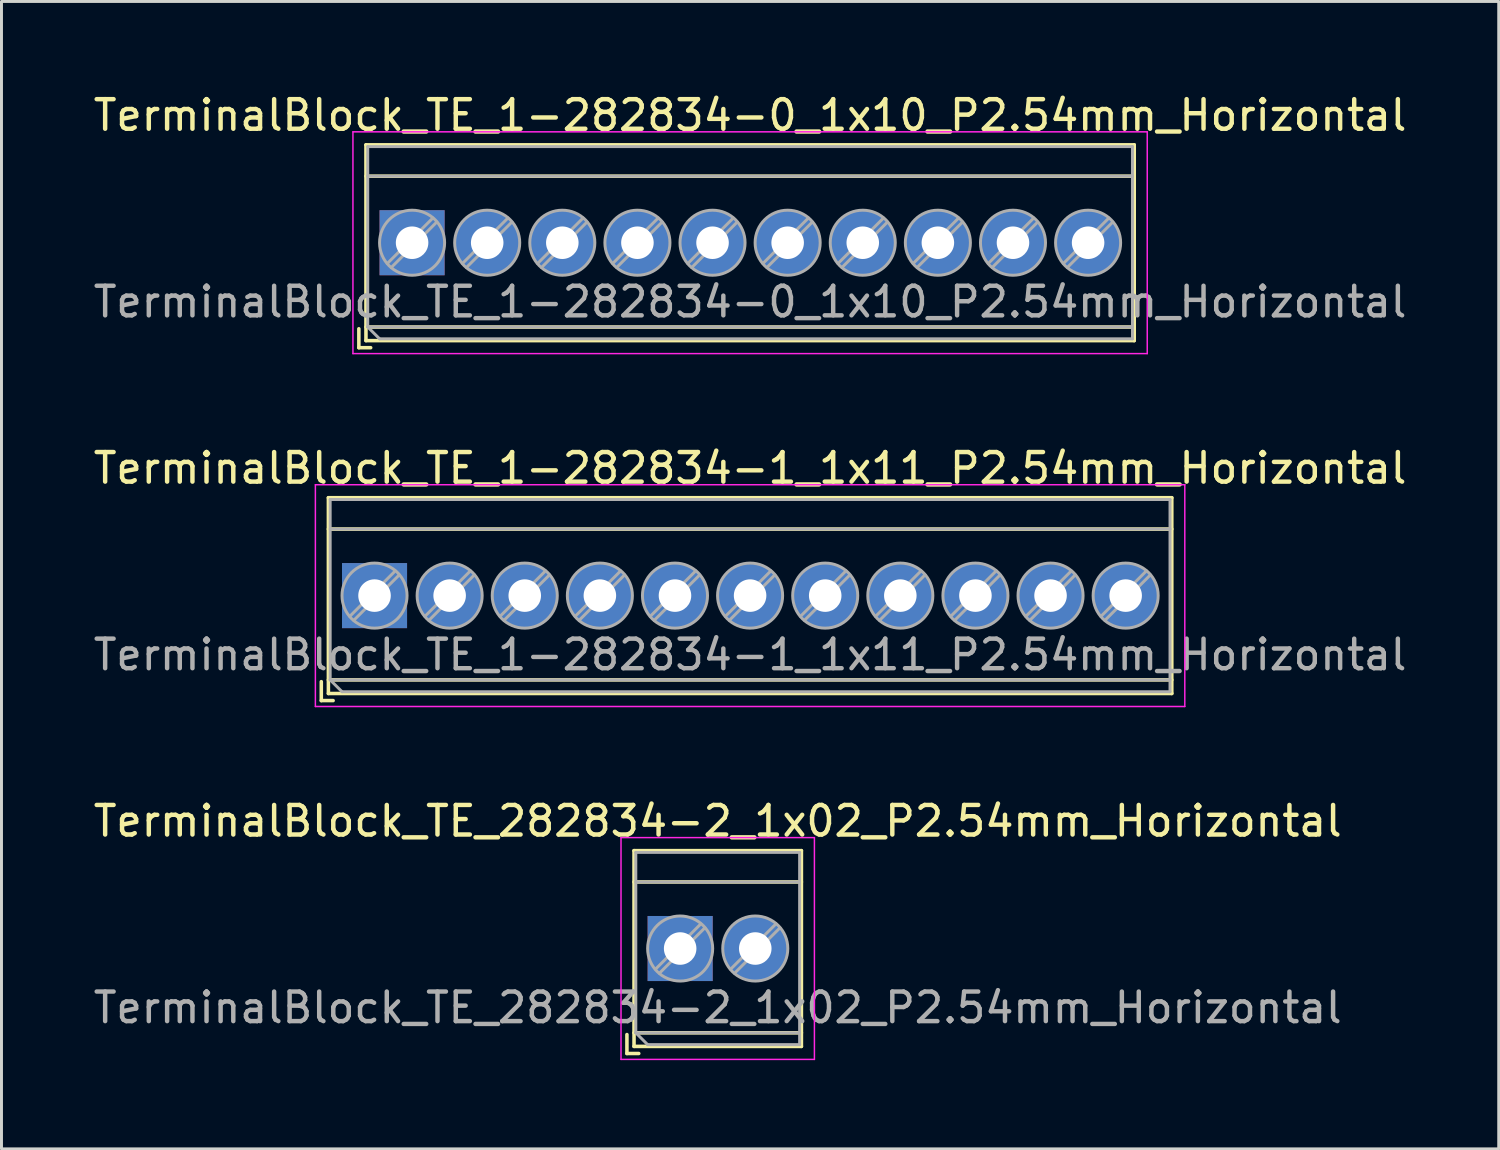
<source format=kicad_pcb>
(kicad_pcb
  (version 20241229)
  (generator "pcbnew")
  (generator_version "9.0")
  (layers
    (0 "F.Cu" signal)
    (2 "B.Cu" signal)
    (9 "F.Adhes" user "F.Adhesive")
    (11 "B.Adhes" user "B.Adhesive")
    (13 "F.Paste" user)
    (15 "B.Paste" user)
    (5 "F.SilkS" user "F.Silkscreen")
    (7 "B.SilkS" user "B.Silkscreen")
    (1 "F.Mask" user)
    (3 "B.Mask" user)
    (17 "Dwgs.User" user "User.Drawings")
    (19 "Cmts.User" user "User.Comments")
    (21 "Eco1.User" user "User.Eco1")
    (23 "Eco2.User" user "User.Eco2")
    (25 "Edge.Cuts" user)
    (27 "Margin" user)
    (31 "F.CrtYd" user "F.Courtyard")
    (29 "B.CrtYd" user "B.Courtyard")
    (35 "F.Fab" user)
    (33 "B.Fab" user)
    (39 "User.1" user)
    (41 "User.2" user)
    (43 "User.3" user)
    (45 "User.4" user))
  (footprint "TerminalBlock_TE_1-282834-1_1x11_P2.54mm_Horizontal"
    (layer "F.Cu")
    (at 9.615 17.091)
    (property "Reference" "TerminalBlock_TE_1-282834-1_1x11_P2.54mm_Horizontal" (at 12.7 -4.31 0) (layer "F.SilkS") (effects (font (size 1 1) (thickness 0.15))))
    (attr through_hole)
    (fp_line (start -1.8 2.91) (end -1.8 3.55) (stroke (width 0.12) (type solid)) (layer "F.SilkS"))
    (fp_line (start -1.8 3.55) (end -1.4 3.55) (stroke (width 0.12) (type solid)) (layer "F.SilkS"))
    (fp_line (start -1.56 -3.31) (end -1.56 3.31) (stroke (width 0.12) (type solid)) (layer "F.SilkS"))
    (fp_line (start -1.56 -3.31) (end 26.96 -3.31) (stroke (width 0.12) (type solid)) (layer "F.SilkS"))
    (fp_line (start -1.56 -2.25) (end 26.96 -2.25) (stroke (width 0.12) (type solid)) (layer "F.SilkS"))
    (fp_line (start -1.56 2.85) (end 26.96 2.85) (stroke (width 0.12) (type solid)) (layer "F.SilkS"))
    (fp_line (start -1.56 3.31) (end 26.96 3.31) (stroke (width 0.12) (type solid)) (layer "F.SilkS"))
    (fp_line (start 26.96 -3.31) (end 26.96 3.31) (stroke (width 0.12) (type solid)) (layer "F.SilkS"))
    (fp_line (start -2 -3.75) (end -2 3.75) (stroke (width 0.05) (type solid)) (layer "F.CrtYd"))
    (fp_line (start -2 3.75) (end 27.4 3.75) (stroke (width 0.05) (type solid)) (layer "F.CrtYd"))
    (fp_line (start 27.4 -3.75) (end -2 -3.75) (stroke (width 0.05) (type solid)) (layer "F.CrtYd"))
    (fp_line (start 27.4 3.75) (end 27.4 -3.75) (stroke (width 0.05) (type solid)) (layer "F.CrtYd"))
    (fp_line (start -1.5 -3.25) (end 26.9 -3.25) (stroke (width 0.1) (type solid)) (layer "F.Fab"))
    (fp_line (start -1.5 -2.25) (end 26.9 -2.25) (stroke (width 0.1) (type solid)) (layer "F.Fab"))
    (fp_line (start -1.5 2.85) (end -1.5 -3.25) (stroke (width 0.1) (type solid)) (layer "F.Fab"))
    (fp_line (start -1.5 2.85) (end 26.9 2.85) (stroke (width 0.1) (type solid)) (layer "F.Fab"))
    (fp_line (start -1.1 3.25) (end -1.5 2.85) (stroke (width 0.1) (type solid)) (layer "F.Fab"))
    (fp_line (start 0.701 -0.835) (end -0.835 0.7) (stroke (width 0.1) (type solid)) (layer "F.Fab"))
    (fp_line (start 0.835 -0.7) (end -0.701 0.835) (stroke (width 0.1) (type solid)) (layer "F.Fab"))
    (fp_line (start 3.241 -0.835) (end 1.706 0.7) (stroke (width 0.1) (type solid)) (layer "F.Fab"))
    (fp_line (start 3.375 -0.7) (end 1.84 0.835) (stroke (width 0.1) (type solid)) (layer "F.Fab"))
    (fp_line (start 5.781 -0.835) (end 4.246 0.7) (stroke (width 0.1) (type solid)) (layer "F.Fab"))
    (fp_line (start 5.915 -0.7) (end 4.38 0.835) (stroke (width 0.1) (type solid)) (layer "F.Fab"))
    (fp_line (start 8.321 -0.835) (end 6.786 0.7) (stroke (width 0.1) (type solid)) (layer "F.Fab"))
    (fp_line (start 8.455 -0.7) (end 6.92 0.835) (stroke (width 0.1) (type solid)) (layer "F.Fab"))
    (fp_line (start 10.861 -0.835) (end 9.326 0.7) (stroke (width 0.1) (type solid)) (layer "F.Fab"))
    (fp_line (start 10.995 -0.7) (end 9.46 0.835) (stroke (width 0.1) (type solid)) (layer "F.Fab"))
    (fp_line (start 13.401 -0.835) (end 11.866 0.7) (stroke (width 0.1) (type solid)) (layer "F.Fab"))
    (fp_line (start 13.535 -0.7) (end 12 0.835) (stroke (width 0.1) (type solid)) (layer "F.Fab"))
    (fp_line (start 15.941 -0.835) (end 14.406 0.7) (stroke (width 0.1) (type solid)) (layer "F.Fab"))
    (fp_line (start 16.075 -0.7) (end 14.54 0.835) (stroke (width 0.1) (type solid)) (layer "F.Fab"))
    (fp_line (start 18.481 -0.835) (end 16.946 0.7) (stroke (width 0.1) (type solid)) (layer "F.Fab"))
    (fp_line (start 18.615 -0.7) (end 17.08 0.835) (stroke (width 0.1) (type solid)) (layer "F.Fab"))
    (fp_line (start 21.021 -0.835) (end 19.486 0.7) (stroke (width 0.1) (type solid)) (layer "F.Fab"))
    (fp_line (start 21.155 -0.7) (end 19.62 0.835) (stroke (width 0.1) (type solid)) (layer "F.Fab"))
    (fp_line (start 23.561 -0.835) (end 22.026 0.7) (stroke (width 0.1) (type solid)) (layer "F.Fab"))
    (fp_line (start 23.695 -0.7) (end 22.16 0.835) (stroke (width 0.1) (type solid)) (layer "F.Fab"))
    (fp_line (start 26.101 -0.835) (end 24.566 0.7) (stroke (width 0.1) (type solid)) (layer "F.Fab"))
    (fp_line (start 26.235 -0.7) (end 24.7 0.835) (stroke (width 0.1) (type solid)) (layer "F.Fab"))
    (fp_line (start 26.9 -3.25) (end 26.9 3.25) (stroke (width 0.1) (type solid)) (layer "F.Fab"))
    (fp_line (start 26.9 3.25) (end -1.1 3.25) (stroke (width 0.1) (type solid)) (layer "F.Fab"))
    (fp_circle (center 0 0) (end 1.1 0) (stroke (width 0.1) (type solid)) (fill no) (layer "F.Fab"))
    (fp_circle (center 2.54 0) (end 3.64 0) (stroke (width 0.1) (type solid)) (fill no) (layer "F.Fab"))
    (fp_circle (center 5.08 0) (end 6.18 0) (stroke (width 0.1) (type solid)) (fill no) (layer "F.Fab"))
    (fp_circle (center 7.62 0) (end 8.72 0) (stroke (width 0.1) (type solid)) (fill no) (layer "F.Fab"))
    (fp_circle (center 10.16 0) (end 11.26 0) (stroke (width 0.1) (type solid)) (fill no) (layer "F.Fab"))
    (fp_circle (center 12.7 0) (end 13.8 0) (stroke (width 0.1) (type solid)) (fill no) (layer "F.Fab"))
    (fp_circle (center 15.24 0) (end 16.34 0) (stroke (width 0.1) (type solid)) (fill no) (layer "F.Fab"))
    (fp_circle (center 17.78 0) (end 18.88 0) (stroke (width 0.1) (type solid)) (fill no) (layer "F.Fab"))
    (fp_circle (center 20.32 0) (end 21.42 0) (stroke (width 0.1) (type solid)) (fill no) (layer "F.Fab"))
    (fp_circle (center 22.86 0) (end 23.96 0) (stroke (width 0.1) (type solid)) (fill no) (layer "F.Fab"))
    (fp_circle (center 25.4 0) (end 26.5 0) (stroke (width 0.1) (type solid)) (fill no) (layer "F.Fab"))
    (fp_text user "${REFERENCE}" (at 12.7 2 0) (layer "F.Fab") (effects (font (size 1 1) (thickness 0.15))))
    (pad "1" thru_hole rect (at 0 0) (size 2.2 2.2) (drill 1.1) (layers "*.Cu" "*.Mask"))
    (pad "2" thru_hole circle (at 2.54 0) (size 2.2 2.2) (drill 1.1) (layers "*.Cu" "*.Mask"))
    (pad "3" thru_hole circle (at 5.08 0) (size 2.2 2.2) (drill 1.1) (layers "*.Cu" "*.Mask"))
    (pad "4" thru_hole circle (at 7.62 0) (size 2.2 2.2) (drill 1.1) (layers "*.Cu" "*.Mask"))
    (pad "5" thru_hole circle (at 10.16 0) (size 2.2 2.2) (drill 1.1) (layers "*.Cu" "*.Mask"))
    (pad "6" thru_hole circle (at 12.7 0) (size 2.2 2.2) (drill 1.1) (layers "*.Cu" "*.Mask"))
    (pad "7" thru_hole circle (at 15.24 0) (size 2.2 2.2) (drill 1.1) (layers "*.Cu" "*.Mask"))
    (pad "8" thru_hole circle (at 17.78 0) (size 2.2 2.2) (drill 1.1) (layers "*.Cu" "*.Mask"))
    (pad "9" thru_hole circle (at 20.32 0) (size 2.2 2.2) (drill 1.1) (layers "*.Cu" "*.Mask"))
    (pad "10" thru_hole circle (at 22.86 0) (size 2.2 2.2) (drill 1.1) (layers "*.Cu" "*.Mask"))
    (pad "11" thru_hole circle (at 25.4 0) (size 2.2 2.2) (drill 1.1) (layers "*.Cu" "*.Mask")))
  (footprint "TerminalBlock_TE_1-282834-0_1x10_P2.54mm_Horizontal"
    (layer "F.Cu")
    (at 10.885 5.158)
    (property "Reference" "TerminalBlock_TE_1-282834-0_1x10_P2.54mm_Horizontal" (at 11.43 -4.31 0) (layer "F.SilkS") (effects (font (size 1 1) (thickness 0.15))))
    (attr through_hole)
    (fp_line (start -1.8 2.91) (end -1.8 3.55) (stroke (width 0.12) (type solid)) (layer "F.SilkS"))
    (fp_line (start -1.8 3.55) (end -1.4 3.55) (stroke (width 0.12) (type solid)) (layer "F.SilkS"))
    (fp_line (start -1.56 -3.31) (end -1.56 3.31) (stroke (width 0.12) (type solid)) (layer "F.SilkS"))
    (fp_line (start -1.56 -3.31) (end 24.42 -3.31) (stroke (width 0.12) (type solid)) (layer "F.SilkS"))
    (fp_line (start -1.56 -2.25) (end 24.42 -2.25) (stroke (width 0.12) (type solid)) (layer "F.SilkS"))
    (fp_line (start -1.56 2.85) (end 24.42 2.85) (stroke (width 0.12) (type solid)) (layer "F.SilkS"))
    (fp_line (start -1.56 3.31) (end 24.42 3.31) (stroke (width 0.12) (type solid)) (layer "F.SilkS"))
    (fp_line (start 24.42 -3.31) (end 24.42 3.31) (stroke (width 0.12) (type solid)) (layer "F.SilkS"))
    (fp_line (start -2 -3.75) (end -2 3.75) (stroke (width 0.05) (type solid)) (layer "F.CrtYd"))
    (fp_line (start -2 3.75) (end 24.86 3.75) (stroke (width 0.05) (type solid)) (layer "F.CrtYd"))
    (fp_line (start 24.86 -3.75) (end -2 -3.75) (stroke (width 0.05) (type solid)) (layer "F.CrtYd"))
    (fp_line (start 24.86 3.75) (end 24.86 -3.75) (stroke (width 0.05) (type solid)) (layer "F.CrtYd"))
    (fp_line (start -1.5 -3.25) (end 24.36 -3.25) (stroke (width 0.1) (type solid)) (layer "F.Fab"))
    (fp_line (start -1.5 -2.25) (end 24.36 -2.25) (stroke (width 0.1) (type solid)) (layer "F.Fab"))
    (fp_line (start -1.5 2.85) (end -1.5 -3.25) (stroke (width 0.1) (type solid)) (layer "F.Fab"))
    (fp_line (start -1.5 2.85) (end 24.36 2.85) (stroke (width 0.1) (type solid)) (layer "F.Fab"))
    (fp_line (start -1.1 3.25) (end -1.5 2.85) (stroke (width 0.1) (type solid)) (layer "F.Fab"))
    (fp_line (start 0.701 -0.835) (end -0.835 0.7) (stroke (width 0.1) (type solid)) (layer "F.Fab"))
    (fp_line (start 0.835 -0.7) (end -0.701 0.835) (stroke (width 0.1) (type solid)) (layer "F.Fab"))
    (fp_line (start 3.241 -0.835) (end 1.706 0.7) (stroke (width 0.1) (type solid)) (layer "F.Fab"))
    (fp_line (start 3.375 -0.7) (end 1.84 0.835) (stroke (width 0.1) (type solid)) (layer "F.Fab"))
    (fp_line (start 5.781 -0.835) (end 4.246 0.7) (stroke (width 0.1) (type solid)) (layer "F.Fab"))
    (fp_line (start 5.915 -0.7) (end 4.38 0.835) (stroke (width 0.1) (type solid)) (layer "F.Fab"))
    (fp_line (start 8.321 -0.835) (end 6.786 0.7) (stroke (width 0.1) (type solid)) (layer "F.Fab"))
    (fp_line (start 8.455 -0.7) (end 6.92 0.835) (stroke (width 0.1) (type solid)) (layer "F.Fab"))
    (fp_line (start 10.861 -0.835) (end 9.326 0.7) (stroke (width 0.1) (type solid)) (layer "F.Fab"))
    (fp_line (start 10.995 -0.7) (end 9.46 0.835) (stroke (width 0.1) (type solid)) (layer "F.Fab"))
    (fp_line (start 13.401 -0.835) (end 11.866 0.7) (stroke (width 0.1) (type solid)) (layer "F.Fab"))
    (fp_line (start 13.535 -0.7) (end 12 0.835) (stroke (width 0.1) (type solid)) (layer "F.Fab"))
    (fp_line (start 15.941 -0.835) (end 14.406 0.7) (stroke (width 0.1) (type solid)) (layer "F.Fab"))
    (fp_line (start 16.075 -0.7) (end 14.54 0.835) (stroke (width 0.1) (type solid)) (layer "F.Fab"))
    (fp_line (start 18.481 -0.835) (end 16.946 0.7) (stroke (width 0.1) (type solid)) (layer "F.Fab"))
    (fp_line (start 18.615 -0.7) (end 17.08 0.835) (stroke (width 0.1) (type solid)) (layer "F.Fab"))
    (fp_line (start 21.021 -0.835) (end 19.486 0.7) (stroke (width 0.1) (type solid)) (layer "F.Fab"))
    (fp_line (start 21.155 -0.7) (end 19.62 0.835) (stroke (width 0.1) (type solid)) (layer "F.Fab"))
    (fp_line (start 23.561 -0.835) (end 22.026 0.7) (stroke (width 0.1) (type solid)) (layer "F.Fab"))
    (fp_line (start 23.695 -0.7) (end 22.16 0.835) (stroke (width 0.1) (type solid)) (layer "F.Fab"))
    (fp_line (start 24.36 -3.25) (end 24.36 3.25) (stroke (width 0.1) (type solid)) (layer "F.Fab"))
    (fp_line (start 24.36 3.25) (end -1.1 3.25) (stroke (width 0.1) (type solid)) (layer "F.Fab"))
    (fp_circle (center 0 0) (end 1.1 0) (stroke (width 0.1) (type solid)) (fill no) (layer "F.Fab"))
    (fp_circle (center 2.54 0) (end 3.64 0) (stroke (width 0.1) (type solid)) (fill no) (layer "F.Fab"))
    (fp_circle (center 5.08 0) (end 6.18 0) (stroke (width 0.1) (type solid)) (fill no) (layer "F.Fab"))
    (fp_circle (center 7.62 0) (end 8.72 0) (stroke (width 0.1) (type solid)) (fill no) (layer "F.Fab"))
    (fp_circle (center 10.16 0) (end 11.26 0) (stroke (width 0.1) (type solid)) (fill no) (layer "F.Fab"))
    (fp_circle (center 12.7 0) (end 13.8 0) (stroke (width 0.1) (type solid)) (fill no) (layer "F.Fab"))
    (fp_circle (center 15.24 0) (end 16.34 0) (stroke (width 0.1) (type solid)) (fill no) (layer "F.Fab"))
    (fp_circle (center 17.78 0) (end 18.88 0) (stroke (width 0.1) (type solid)) (fill no) (layer "F.Fab"))
    (fp_circle (center 20.32 0) (end 21.42 0) (stroke (width 0.1) (type solid)) (fill no) (layer "F.Fab"))
    (fp_circle (center 22.86 0) (end 23.96 0) (stroke (width 0.1) (type solid)) (fill no) (layer "F.Fab"))
    (fp_text user "${REFERENCE}" (at 11.43 2 0) (layer "F.Fab") (effects (font (size 1 1) (thickness 0.15))))
    (pad "1" thru_hole rect (at 0 0) (size 2.2 2.2) (drill 1.1) (layers "*.Cu" "*.Mask"))
    (pad "2" thru_hole circle (at 2.54 0) (size 2.2 2.2) (drill 1.1) (layers "*.Cu" "*.Mask"))
    (pad "3" thru_hole circle (at 5.08 0) (size 2.2 2.2) (drill 1.1) (layers "*.Cu" "*.Mask"))
    (pad "4" thru_hole circle (at 7.62 0) (size 2.2 2.2) (drill 1.1) (layers "*.Cu" "*.Mask"))
    (pad "5" thru_hole circle (at 10.16 0) (size 2.2 2.2) (drill 1.1) (layers "*.Cu" "*.Mask"))
    (pad "6" thru_hole circle (at 12.7 0) (size 2.2 2.2) (drill 1.1) (layers "*.Cu" "*.Mask"))
    (pad "7" thru_hole circle (at 15.24 0) (size 2.2 2.2) (drill 1.1) (layers "*.Cu" "*.Mask"))
    (pad "8" thru_hole circle (at 17.78 0) (size 2.2 2.2) (drill 1.1) (layers "*.Cu" "*.Mask"))
    (pad "9" thru_hole circle (at 20.32 0) (size 2.2 2.2) (drill 1.1) (layers "*.Cu" "*.Mask"))
    (pad "10" thru_hole circle (at 22.86 0) (size 2.2 2.2) (drill 1.1) (layers "*.Cu" "*.Mask")))
  (footprint "TerminalBlock_TE_282834-2_1x02_P2.54mm_Horizontal"
    (layer "F.Cu")
    (at 19.95 29.025)
    (property "Reference" "TerminalBlock_TE_282834-2_1x02_P2.54mm_Horizontal" (at 1.27 -4.31 0) (layer "F.SilkS") (effects (font (size 1 1) (thickness 0.15))))
    (attr through_hole)
    (fp_line (start -1.8 2.91) (end -1.8 3.55) (stroke (width 0.12) (type solid)) (layer "F.SilkS"))
    (fp_line (start -1.8 3.55) (end -1.4 3.55) (stroke (width 0.12) (type solid)) (layer "F.SilkS"))
    (fp_line (start -1.56 -3.31) (end -1.56 3.31) (stroke (width 0.12) (type solid)) (layer "F.SilkS"))
    (fp_line (start -1.56 -3.31) (end 4.1 -3.31) (stroke (width 0.12) (type solid)) (layer "F.SilkS"))
    (fp_line (start -1.56 -2.25) (end 4.1 -2.25) (stroke (width 0.12) (type solid)) (layer "F.SilkS"))
    (fp_line (start -1.56 2.85) (end 4.1 2.85) (stroke (width 0.12) (type solid)) (layer "F.SilkS"))
    (fp_line (start -1.56 3.31) (end 4.1 3.31) (stroke (width 0.12) (type solid)) (layer "F.SilkS"))
    (fp_line (start 4.1 -3.31) (end 4.1 3.31) (stroke (width 0.12) (type solid)) (layer "F.SilkS"))
    (fp_line (start -2 -3.75) (end -2 3.75) (stroke (width 0.05) (type solid)) (layer "F.CrtYd"))
    (fp_line (start -2 3.75) (end 4.54 3.75) (stroke (width 0.05) (type solid)) (layer "F.CrtYd"))
    (fp_line (start 4.54 -3.75) (end -2 -3.75) (stroke (width 0.05) (type solid)) (layer "F.CrtYd"))
    (fp_line (start 4.54 3.75) (end 4.54 -3.75) (stroke (width 0.05) (type solid)) (layer "F.CrtYd"))
    (fp_line (start -1.5 -3.25) (end 4.04 -3.25) (stroke (width 0.1) (type solid)) (layer "F.Fab"))
    (fp_line (start -1.5 -2.25) (end 4.04 -2.25) (stroke (width 0.1) (type solid)) (layer "F.Fab"))
    (fp_line (start -1.5 2.85) (end -1.5 -3.25) (stroke (width 0.1) (type solid)) (layer "F.Fab"))
    (fp_line (start -1.5 2.85) (end 4.04 2.85) (stroke (width 0.1) (type solid)) (layer "F.Fab"))
    (fp_line (start -1.1 3.25) (end -1.5 2.85) (stroke (width 0.1) (type solid)) (layer "F.Fab"))
    (fp_line (start 0.701 -0.835) (end -0.835 0.7) (stroke (width 0.1) (type solid)) (layer "F.Fab"))
    (fp_line (start 0.835 -0.7) (end -0.701 0.835) (stroke (width 0.1) (type solid)) (layer "F.Fab"))
    (fp_line (start 3.241 -0.835) (end 1.706 0.7) (stroke (width 0.1) (type solid)) (layer "F.Fab"))
    (fp_line (start 3.375 -0.7) (end 1.84 0.835) (stroke (width 0.1) (type solid)) (layer "F.Fab"))
    (fp_line (start 4.04 -3.25) (end 4.04 3.25) (stroke (width 0.1) (type solid)) (layer "F.Fab"))
    (fp_line (start 4.04 3.25) (end -1.1 3.25) (stroke (width 0.1) (type solid)) (layer "F.Fab"))
    (fp_circle (center 0 0) (end 1.1 0) (stroke (width 0.1) (type solid)) (fill no) (layer "F.Fab"))
    (fp_circle (center 2.54 0) (end 3.64 0) (stroke (width 0.1) (type solid)) (fill no) (layer "F.Fab"))
    (fp_text user "${REFERENCE}" (at 1.27 2 0) (layer "F.Fab") (effects (font (size 1 1) (thickness 0.15))))
    (pad "1" thru_hole rect (at 0 0) (size 2.2 2.2) (drill 1.1) (layers "*.Cu" "*.Mask"))
    (pad "2" thru_hole circle (at 2.54 0) (size 2.2 2.2) (drill 1.1) (layers "*.Cu" "*.Mask")))
  (gr_rect
    (start -3 -3)
    (end 47.631 35.8)
    (stroke (width 0.1) (type default))
    (fill no)
    (layer "Edge.Cuts")))
</source>
